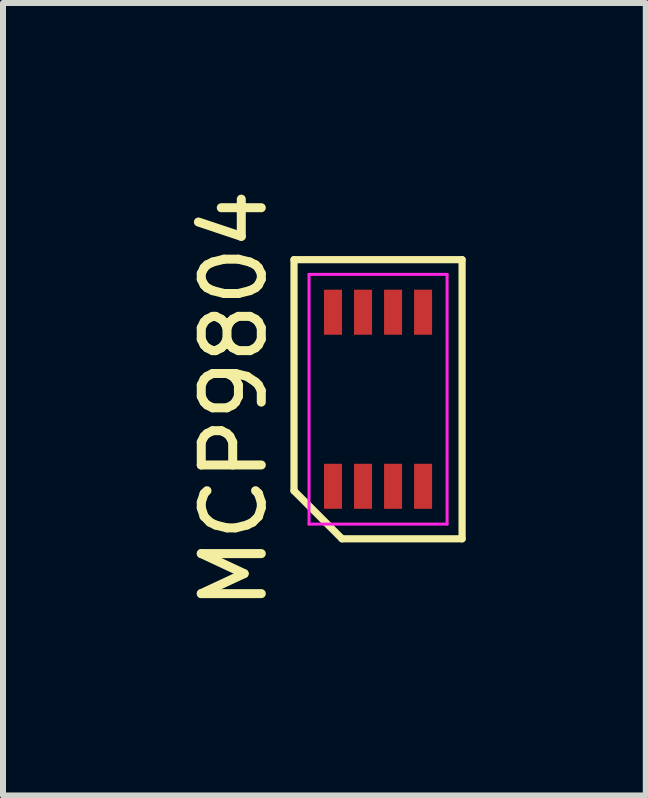
<source format=kicad_pcb>
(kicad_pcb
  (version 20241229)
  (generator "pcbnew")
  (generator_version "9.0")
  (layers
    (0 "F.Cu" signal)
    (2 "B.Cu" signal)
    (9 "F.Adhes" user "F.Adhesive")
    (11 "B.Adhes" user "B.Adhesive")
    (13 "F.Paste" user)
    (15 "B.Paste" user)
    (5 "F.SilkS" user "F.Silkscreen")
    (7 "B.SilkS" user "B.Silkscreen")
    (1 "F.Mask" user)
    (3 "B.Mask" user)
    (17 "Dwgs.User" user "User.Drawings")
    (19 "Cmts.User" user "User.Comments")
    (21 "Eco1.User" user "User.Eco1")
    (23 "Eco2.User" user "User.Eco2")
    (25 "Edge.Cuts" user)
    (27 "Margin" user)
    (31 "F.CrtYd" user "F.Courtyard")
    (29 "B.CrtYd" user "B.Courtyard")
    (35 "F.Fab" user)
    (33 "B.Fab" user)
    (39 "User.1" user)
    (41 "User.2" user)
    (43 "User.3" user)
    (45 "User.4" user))
  (footprint "MCP9804"
    (layer "F.Cu")
    (at 3.248 3.601)
    (property "Reference" "MCP9804" (at -2.4 0 90) (layer "F.SilkS") (effects (font (size 1 1) (thickness 0.15))))
    (attr through_hole)
    (fp_line (start -1.4 -2.325) (end 1.4 -2.325) (stroke (width 0.12) (type solid)) (layer "F.SilkS"))
    (fp_line (start -1.4 1.525) (end -1.4 -2.325) (stroke (width 0.12) (type solid)) (layer "F.SilkS"))
    (fp_line (start -0.6 2.325) (end -1.4 1.525) (stroke (width 0.12) (type solid)) (layer "F.SilkS"))
    (fp_line (start 1.4 -2.325) (end 1.4 2.325) (stroke (width 0.12) (type solid)) (layer "F.SilkS"))
    (fp_line (start 1.4 2.325) (end -0.6 2.325) (stroke (width 0.12) (type solid)) (layer "F.SilkS"))
    (fp_line (start -1.15 -2.08) (end 1.15 -2.08) (stroke (width 0.05) (type solid)) (layer "F.CrtYd"))
    (fp_line (start -1.15 2.08) (end -1.15 -2.08) (stroke (width 0.05) (type solid)) (layer "F.CrtYd"))
    (fp_line (start 1.15 -2.08) (end 1.15 2.08) (stroke (width 0.05) (type solid)) (layer "F.CrtYd"))
    (fp_line (start 1.15 2.08) (end -1.15 2.08) (stroke (width 0.05) (type solid)) (layer "F.CrtYd"))
    (pad "1" smd rect (at -0.75 1.45) (size 0.3 0.75) (layers "F.Cu" "F.Mask" "F.Paste"))
    (pad "2" smd rect (at -0.25 1.45) (size 0.3 0.75) (layers "F.Cu" "F.Mask" "F.Paste"))
    (pad "3" smd rect (at 0.25 1.45) (size 0.3 0.75) (layers "F.Cu" "F.Mask" "F.Paste"))
    (pad "4" smd rect (at 0.75 1.45) (size 0.3 0.75) (layers "F.Cu" "F.Mask" "F.Paste"))
    (pad "5" smd rect (at 0.75 -1.45) (size 0.3 0.75) (layers "F.Cu" "F.Mask" "F.Paste"))
    (pad "6" smd rect (at 0.25 -1.45) (size 0.3 0.75) (layers "F.Cu" "F.Mask" "F.Paste"))
    (pad "7" smd rect (at -0.25 -1.45) (size 0.3 0.75) (layers "F.Cu" "F.Mask" "F.Paste"))
    (pad "8" smd rect (at -0.75 -1.45) (size 0.3 0.75) (layers "F.Cu" "F.Mask" "F.Paste")))
  (gr_rect
    (start -3 -3)
    (end 7.708 10.202)
    (stroke (width 0.1) (type default))
    (fill no)
    (layer "Edge.Cuts")))
</source>
